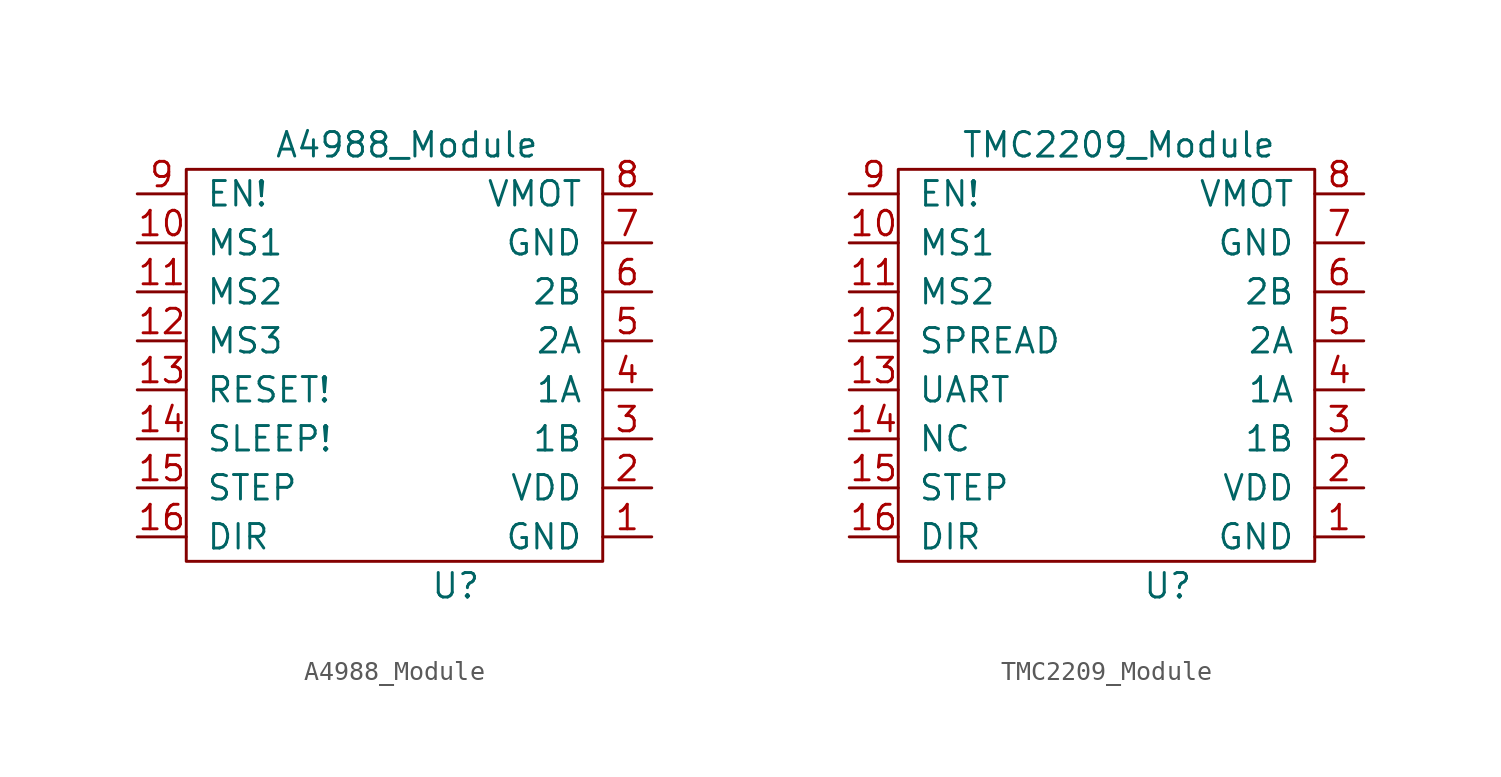
<source format=kicad_sym>
(kicad_symbol_lib
  (version 20220914)
  (generator kicad_symbol_editor)
  (symbol "A4988_Module"
    (pin_names
      (offset 1.016))
    (property "Reference" "U"
      (at 2.54 -11.43 0)
      (effects (font (size 1.27 1.27))))
    (property "Value" "A4988_Module"
      (at 0 11.43 0)
      (effects (font (size 1.27 1.27))))
    (symbol "A4988_Module_0_1"
      (rectangle (start -11.43 10.16) (end 10.16 -10.16) (stroke (width 0) (type default)) (fill (type none))))
    (symbol "A4988_Module_1_1"
      (pin input line (at 12.7 -8.89 180) (length 2.54) (name "GND" (effects (font (size 1.27 1.27)))) (number "1" (effects (font (size 1.27 1.27)))))
      (pin input line (at -13.97 6.35 0) (length 2.54) (name "MS1" (effects (font (size 1.27 1.27)))) (number "10" (effects (font (size 1.27 1.27)))))
      (pin input line (at -13.97 3.81 0) (length 2.54) (name "MS2" (effects (font (size 1.27 1.27)))) (number "11" (effects (font (size 1.27 1.27)))))
      (pin input line (at -13.97 1.27 0) (length 2.54) (name "MS3" (effects (font (size 1.27 1.27)))) (number "12" (effects (font (size 1.27 1.27)))))
      (pin output line (at -13.97 -1.27 0) (length 2.54) (name "RESET!" (effects (font (size 1.27 1.27)))) (number "13" (effects (font (size 1.27 1.27)))))
      (pin input line (at -13.97 -3.81 0) (length 2.54) (name "SLEEP!" (effects (font (size 1.27 1.27)))) (number "14" (effects (font (size 1.27 1.27)))))
      (pin input line (at -13.97 -6.35 0) (length 2.54) (name "STEP" (effects (font (size 1.27 1.27)))) (number "15" (effects (font (size 1.27 1.27)))))
      (pin input line (at -13.97 -8.89 0) (length 2.54) (name "DIR" (effects (font (size 1.27 1.27)))) (number "16" (effects (font (size 1.27 1.27)))))
      (pin input line (at 12.7 -6.35 180) (length 2.54) (name "VDD" (effects (font (size 1.27 1.27)))) (number "2" (effects (font (size 1.27 1.27)))))
      (pin output line (at 12.7 -3.81 180) (length 2.54) (name "1B" (effects (font (size 1.27 1.27)))) (number "3" (effects (font (size 1.27 1.27)))))
      (pin output line (at 12.7 -1.27 180) (length 2.54) (name "1A" (effects (font (size 1.27 1.27)))) (number "4" (effects (font (size 1.27 1.27)))))
      (pin output line (at 12.7 1.27 180) (length 2.54) (name "2A" (effects (font (size 1.27 1.27)))) (number "5" (effects (font (size 1.27 1.27)))))
      (pin output line (at 12.7 3.81 180) (length 2.54) (name "2B" (effects (font (size 1.27 1.27)))) (number "6" (effects (font (size 1.27 1.27)))))
      (pin input line (at 12.7 6.35 180) (length 2.54) (name "GND" (effects (font (size 1.27 1.27)))) (number "7" (effects (font (size 1.27 1.27)))))
      (pin input line (at 12.7 8.89 180) (length 2.54) (name "VMOT" (effects (font (size 1.27 1.27)))) (number "8" (effects (font (size 1.27 1.27)))))
      (pin input line (at -13.97 8.89 0) (length 2.54) (name "EN!" (effects (font (size 1.27 1.27)))) (number "9" (effects (font (size 1.27 1.27)))))))
  (symbol "TMC2209_Module"
    (pin_names
      (offset 1.016))
    (property "Reference" "U"
      (at 2.54 -11.43 0)
      (effects (font (size 1.27 1.27))))
    (property "Value" "TMC2209_Module"
      (at 0 11.43 0)
      (effects (font (size 1.27 1.27))))
    (symbol "TMC2209_Module_0_1"
      (rectangle (start -11.43 10.16) (end 10.16 -10.16) (stroke (width 0) (type default)) (fill (type none))))
    (symbol "TMC2209_Module_1_1"
      (pin input line (at 12.7 -8.89 180) (length 2.54) (name "GND" (effects (font (size 1.27 1.27)))) (number "1" (effects (font (size 1.27 1.27)))))
      (pin input line (at -13.97 6.35 0) (length 2.54) (name "MS1" (effects (font (size 1.27 1.27)))) (number "10" (effects (font (size 1.27 1.27)))))
      (pin input line (at -13.97 3.81 0) (length 2.54) (name "MS2" (effects (font (size 1.27 1.27)))) (number "11" (effects (font (size 1.27 1.27)))))
      (pin input line (at -13.97 1.27 0) (length 2.54) (name "SPREAD" (effects (font (size 1.27 1.27)))) (number "12" (effects (font (size 1.27 1.27)))))
      (pin output line (at -13.97 -1.27 0) (length 2.54) (name "UART" (effects (font (size 1.27 1.27)))) (number "13" (effects (font (size 1.27 1.27)))))
      (pin input line (at -13.97 -3.81 0) (length 2.54) (name "NC" (effects (font (size 1.27 1.27)))) (number "14" (effects (font (size 1.27 1.27)))))
      (pin input line (at -13.97 -6.35 0) (length 2.54) (name "STEP" (effects (font (size 1.27 1.27)))) (number "15" (effects (font (size 1.27 1.27)))))
      (pin input line (at -13.97 -8.89 0) (length 2.54) (name "DIR" (effects (font (size 1.27 1.27)))) (number "16" (effects (font (size 1.27 1.27)))))
      (pin input line (at 12.7 -6.35 180) (length 2.54) (name "VDD" (effects (font (size 1.27 1.27)))) (number "2" (effects (font (size 1.27 1.27)))))
      (pin output line (at 12.7 -3.81 180) (length 2.54) (name "1B" (effects (font (size 1.27 1.27)))) (number "3" (effects (font (size 1.27 1.27)))))
      (pin output line (at 12.7 -1.27 180) (length 2.54) (name "1A" (effects (font (size 1.27 1.27)))) (number "4" (effects (font (size 1.27 1.27)))))
      (pin output line (at 12.7 1.27 180) (length 2.54) (name "2A" (effects (font (size 1.27 1.27)))) (number "5" (effects (font (size 1.27 1.27)))))
      (pin output line (at 12.7 3.81 180) (length 2.54) (name "2B" (effects (font (size 1.27 1.27)))) (number "6" (effects (font (size 1.27 1.27)))))
      (pin input line (at 12.7 6.35 180) (length 2.54) (name "GND" (effects (font (size 1.27 1.27)))) (number "7" (effects (font (size 1.27 1.27)))))
      (pin input line (at 12.7 8.89 180) (length 2.54) (name "VMOT" (effects (font (size 1.27 1.27)))) (number "8" (effects (font (size 1.27 1.27)))))
      (pin input line (at -13.97 8.89 0) (length 2.54) (name "EN!" (effects (font (size 1.27 1.27)))) (number "9" (effects (font (size 1.27 1.27))))))))
</source>
